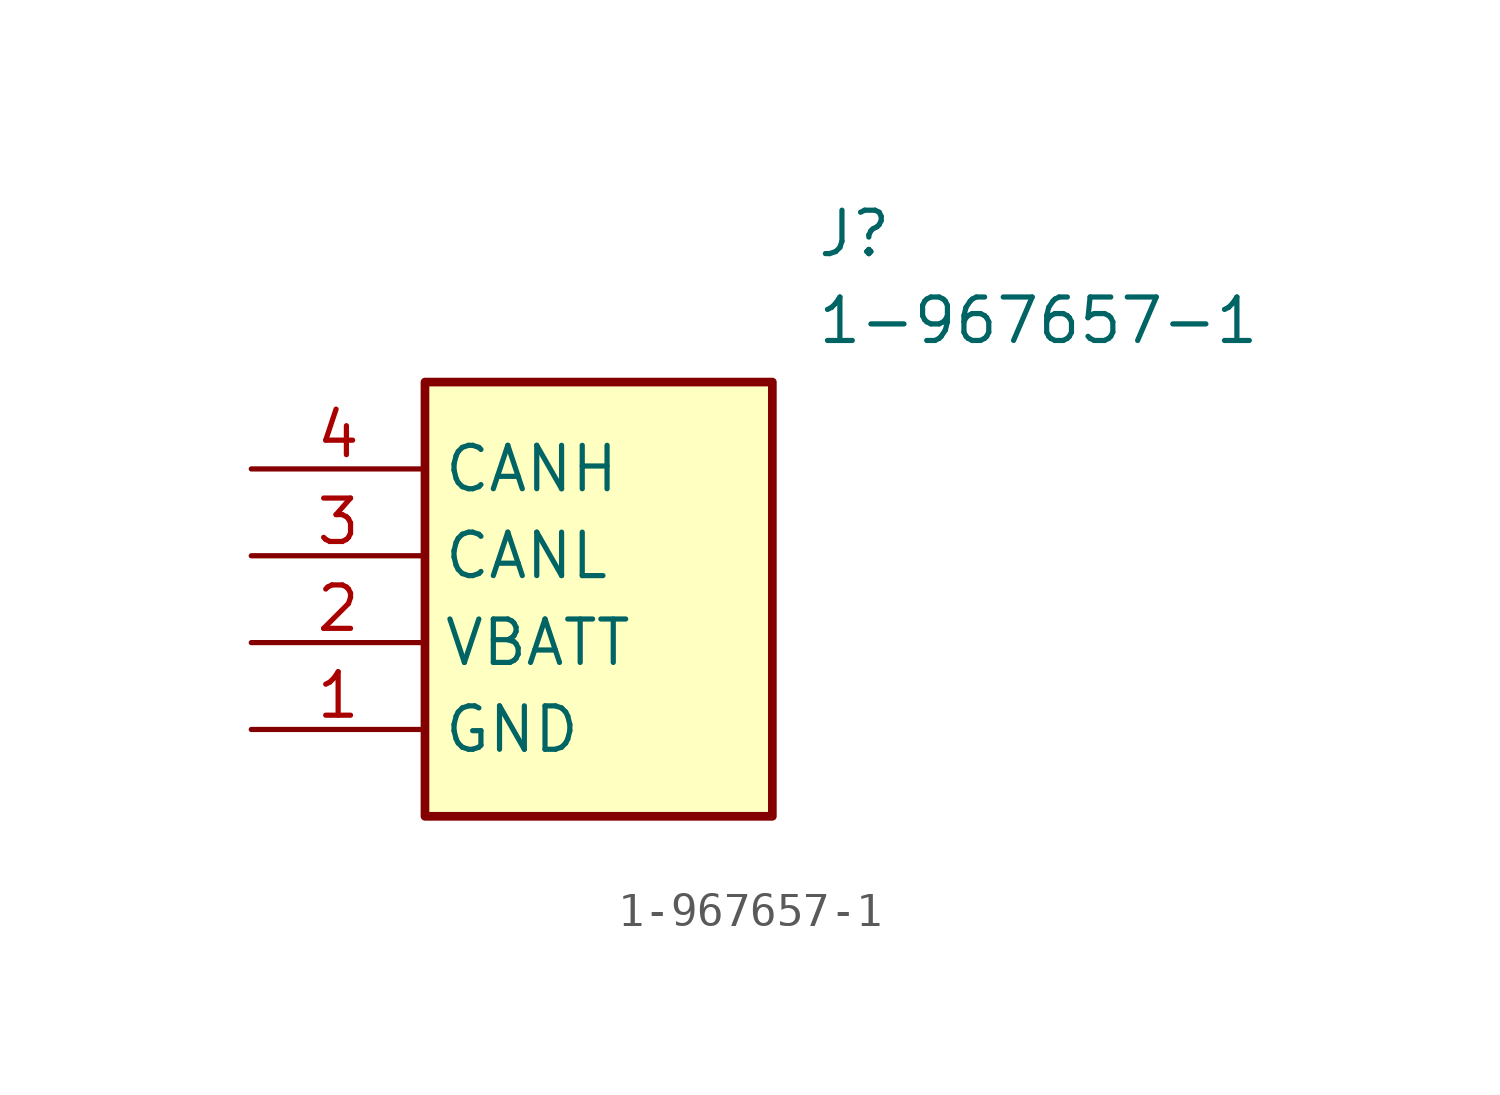
<source format=kicad_sym>
(kicad_symbol_lib
  (version 20220914)
  (generator kicad_symbol_editor)
  (symbol "1-967657-1"
    (property "Reference" "J"
      (at 16.51 7.62 0)
      (effects (font (size 1.27 1.27)) (justify left top)))
    (property "Value" "1-967657-1"
      (at 16.51 5.08 0)
      (effects (font (size 1.27 1.27)) (justify left top)))
    (symbol "1-967657-1_1_1"
      (rectangle (start 5.08 2.54) (end 15.24 -10.16) (stroke (width 0.254) (type default)) (fill (type background)))
      (pin passive line (at 0 -7.62 0) (length 5.08) (name "GND" (effects (font (size 1.27 1.27)))) (number "1" (effects (font (size 1.27 1.27)))))
      (pin passive line (at 0 -5.08 0) (length 5.08) (name "VBATT" (effects (font (size 1.27 1.27)))) (number "2" (effects (font (size 1.27 1.27)))))
      (pin passive line (at 0 -2.54 0) (length 5.08) (name "CANL" (effects (font (size 1.27 1.27)))) (number "3" (effects (font (size 1.27 1.27)))))
      (pin passive line (at 0 0 0) (length 5.08) (name "CANH" (effects (font (size 1.27 1.27)))) (number "4" (effects (font (size 1.27 1.27))))))))
</source>
